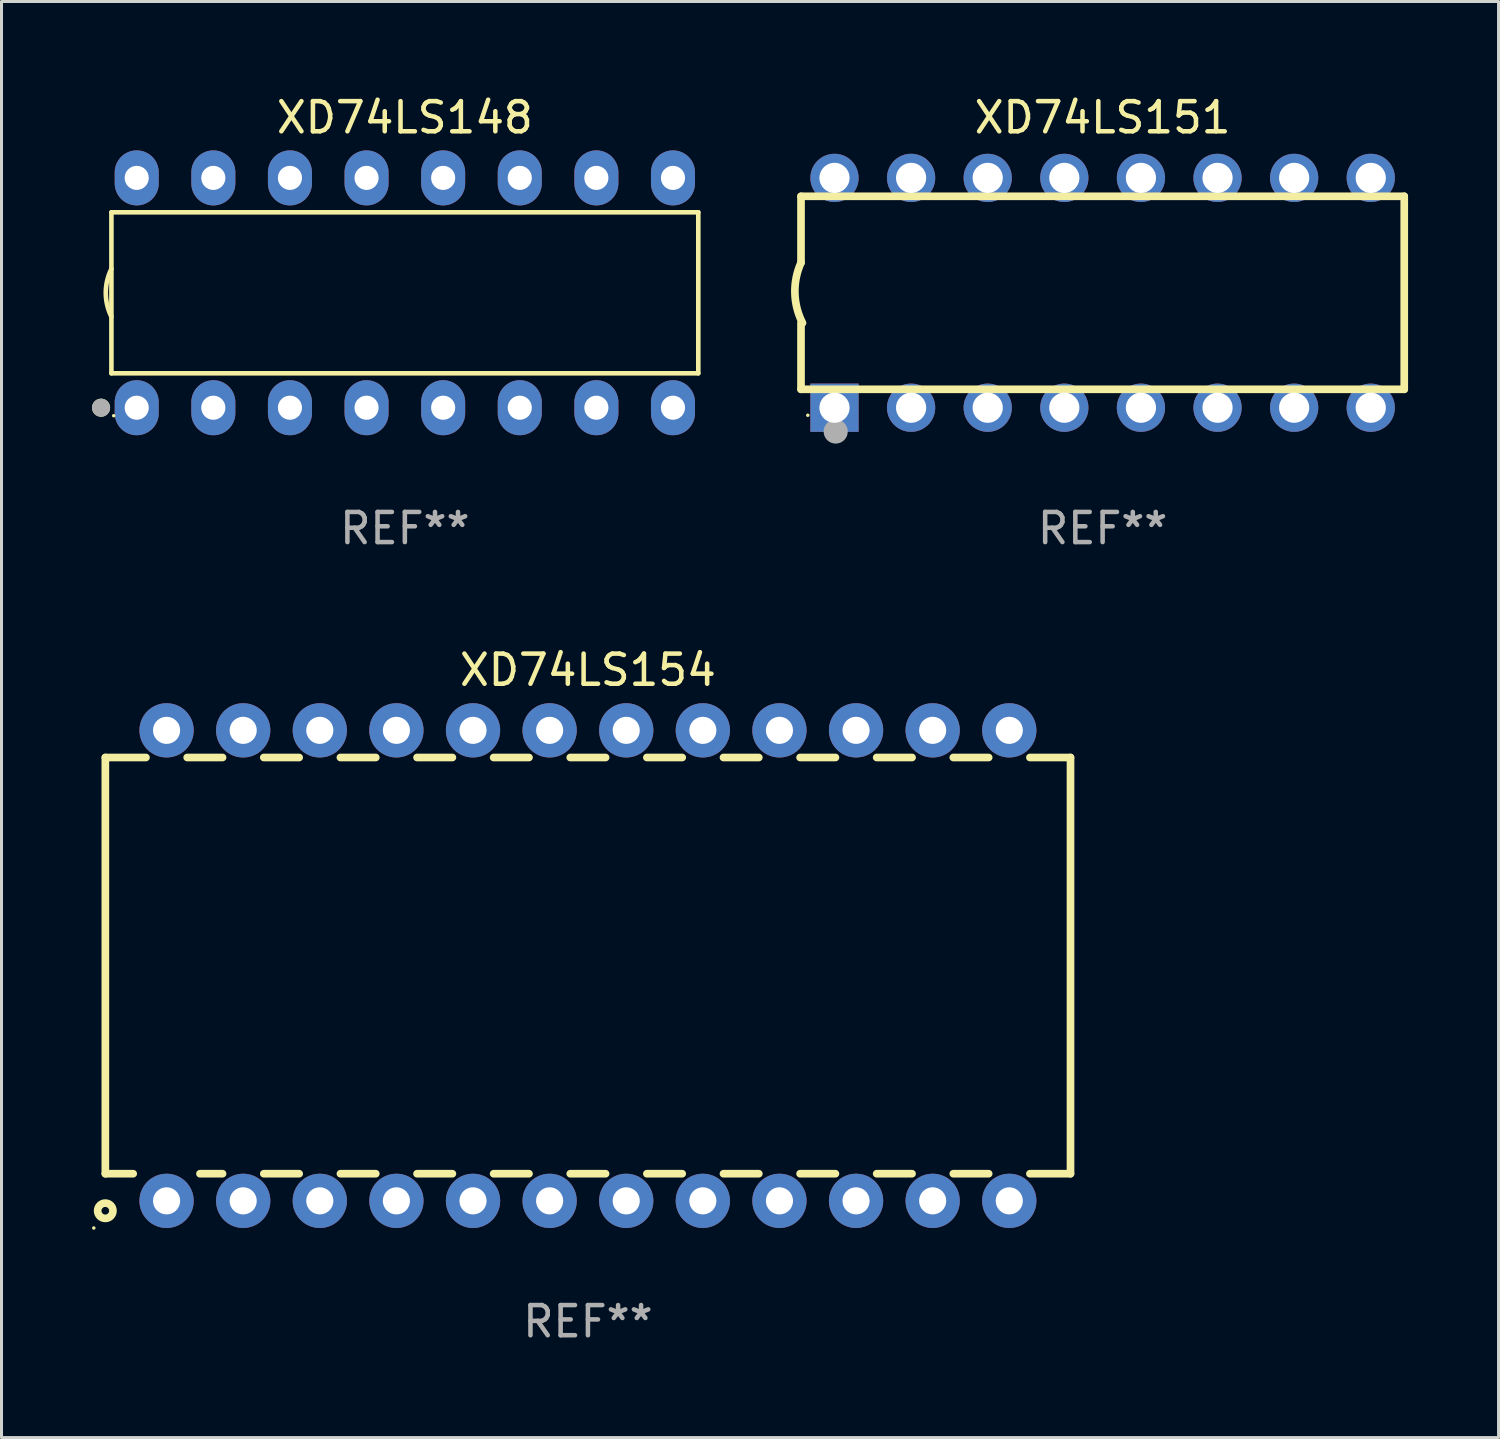
<source format=kicad_pcb>
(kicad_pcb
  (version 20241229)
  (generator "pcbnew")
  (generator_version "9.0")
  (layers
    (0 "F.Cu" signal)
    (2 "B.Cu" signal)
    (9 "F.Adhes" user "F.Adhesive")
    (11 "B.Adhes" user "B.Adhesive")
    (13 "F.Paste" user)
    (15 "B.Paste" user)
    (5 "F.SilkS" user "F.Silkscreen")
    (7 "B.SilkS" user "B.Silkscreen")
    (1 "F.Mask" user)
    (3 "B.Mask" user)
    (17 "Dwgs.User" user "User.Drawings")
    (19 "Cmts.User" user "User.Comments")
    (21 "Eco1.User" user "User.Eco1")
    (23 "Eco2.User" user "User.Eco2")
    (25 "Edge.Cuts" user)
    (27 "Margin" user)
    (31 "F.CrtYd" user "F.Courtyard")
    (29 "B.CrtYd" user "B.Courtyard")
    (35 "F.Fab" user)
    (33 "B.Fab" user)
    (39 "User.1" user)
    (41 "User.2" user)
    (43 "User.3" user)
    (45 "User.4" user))
  (footprint "XD74LS154"
    (layer "F.Cu")
    (at 16.443 28.965)
    (property "Reference" "XD74LS154" (at 0 -9.8 0) (layer "F.SilkS") (effects (font (size 1 1) (thickness 0.15))))
    (attr through_hole)
    (fp_line (start -16 -6.9) (end -14.654 -6.9) (stroke (width 0.254) (type solid)) (layer "F.SilkS"))
    (fp_line (start -16 6.9) (end -16 -6.9) (stroke (width 0.254) (type solid)) (layer "F.SilkS"))
    (fp_line (start -15.077 6.9) (end -16 6.9) (stroke (width 0.254) (type solid)) (layer "F.SilkS"))
    (fp_line (start -13.287 -6.9) (end -12.114 -6.9) (stroke (width 0.254) (type solid)) (layer "F.SilkS"))
    (fp_line (start -12.114 6.9) (end -12.863 6.9) (stroke (width 0.254) (type solid)) (layer "F.SilkS"))
    (fp_line (start -10.747 -6.9) (end -9.574 -6.9) (stroke (width 0.254) (type solid)) (layer "F.SilkS"))
    (fp_line (start -9.574 6.9) (end -10.746 6.9) (stroke (width 0.254) (type solid)) (layer "F.SilkS"))
    (fp_line (start -8.207 -6.9) (end -7.034 -6.9) (stroke (width 0.254) (type solid)) (layer "F.SilkS"))
    (fp_line (start -7.034 6.9) (end -8.206 6.9) (stroke (width 0.254) (type solid)) (layer "F.SilkS"))
    (fp_line (start -5.666 -6.9) (end -4.494 -6.9) (stroke (width 0.254) (type solid)) (layer "F.SilkS"))
    (fp_line (start -4.494 6.9) (end -5.666 6.9) (stroke (width 0.254) (type solid)) (layer "F.SilkS"))
    (fp_line (start -3.126 -6.9) (end -1.954 -6.9) (stroke (width 0.254) (type solid)) (layer "F.SilkS"))
    (fp_line (start -1.954 6.9) (end -3.126 6.9) (stroke (width 0.254) (type solid)) (layer "F.SilkS"))
    (fp_line (start -0.586 -6.9) (end 0.586 -6.9) (stroke (width 0.254) (type solid)) (layer "F.SilkS"))
    (fp_line (start 0.586 6.9) (end -0.586 6.9) (stroke (width 0.254) (type solid)) (layer "F.SilkS"))
    (fp_line (start 1.954 -6.9) (end 3.126 -6.9) (stroke (width 0.254) (type solid)) (layer "F.SilkS"))
    (fp_line (start 3.126 6.9) (end 1.954 6.9) (stroke (width 0.254) (type solid)) (layer "F.SilkS"))
    (fp_line (start 4.494 -6.9) (end 5.666 -6.9) (stroke (width 0.254) (type solid)) (layer "F.SilkS"))
    (fp_line (start 5.666 6.9) (end 4.494 6.9) (stroke (width 0.254) (type solid)) (layer "F.SilkS"))
    (fp_line (start 7.034 -6.9) (end 8.207 -6.9) (stroke (width 0.254) (type solid)) (layer "F.SilkS"))
    (fp_line (start 8.206 6.9) (end 7.034 6.9) (stroke (width 0.254) (type solid)) (layer "F.SilkS"))
    (fp_line (start 9.574 -6.9) (end 10.747 -6.9) (stroke (width 0.254) (type solid)) (layer "F.SilkS"))
    (fp_line (start 10.746 6.9) (end 9.574 6.9) (stroke (width 0.254) (type solid)) (layer "F.SilkS"))
    (fp_line (start 12.114 -6.9) (end 13.287 -6.9) (stroke (width 0.254) (type solid)) (layer "F.SilkS"))
    (fp_line (start 13.287 6.9) (end 12.114 6.9) (stroke (width 0.254) (type solid)) (layer "F.SilkS"))
    (fp_line (start 14.654 -6.9) (end 16 -6.9) (stroke (width 0.254) (type solid)) (layer "F.SilkS"))
    (fp_line (start 16 -6.9) (end 16 6.9) (stroke (width 0.254) (type solid)) (layer "F.SilkS"))
    (fp_line (start 16 6.9) (end 14.654 6.9) (stroke (width 0.254) (type solid)) (layer "F.SilkS"))
    (fp_circle (center -16.383 8.7) (end -16.353 8.7) (stroke (width 0.06) (type solid)) (fill no) (layer "F.SilkS"))
    (fp_circle (center -16.002 8.128) (end -15.748 8.128) (stroke (width 0.254) (type solid)) (fill no) (layer "F.SilkS"))
    (fp_text user "REF**" (at 0 11.8 0) (layer "F.Fab") (effects (font (size 1 1) (thickness 0.15))))
    (pad "1" thru_hole circle (at -13.97 7.8) (size 1.8 1.8) (drill 0.9) (layers "*.Cu" "*.Mask"))
    (pad "2" thru_hole circle (at -11.43 7.8) (size 1.8 1.8) (drill 0.9) (layers "*.Cu" "*.Mask"))
    (pad "3" thru_hole circle (at -8.89 7.8) (size 1.8 1.8) (drill 0.9) (layers "*.Cu" "*.Mask"))
    (pad "4" thru_hole circle (at -6.35 7.8) (size 1.8 1.8) (drill 0.9) (layers "*.Cu" "*.Mask"))
    (pad "5" thru_hole circle (at -3.81 7.8) (size 1.8 1.8) (drill 0.9) (layers "*.Cu" "*.Mask"))
    (pad "6" thru_hole circle (at -1.27 7.8) (size 1.8 1.8) (drill 0.9) (layers "*.Cu" "*.Mask"))
    (pad "7" thru_hole circle (at 1.27 7.8) (size 1.8 1.8) (drill 0.9) (layers "*.Cu" "*.Mask"))
    (pad "8" thru_hole circle (at 3.81 7.8) (size 1.8 1.8) (drill 0.9) (layers "*.Cu" "*.Mask"))
    (pad "9" thru_hole circle (at 6.35 7.8) (size 1.8 1.8) (drill 0.9) (layers "*.Cu" "*.Mask"))
    (pad "10" thru_hole circle (at 8.89 7.8) (size 1.8 1.8) (drill 0.9) (layers "*.Cu" "*.Mask"))
    (pad "11" thru_hole circle (at 11.43 7.8) (size 1.8 1.8) (drill 0.9) (layers "*.Cu" "*.Mask"))
    (pad "12" thru_hole circle (at 13.97 7.8) (size 1.8 1.8) (drill 0.9) (layers "*.Cu" "*.Mask"))
    (pad "13" thru_hole circle (at 13.97 -7.8) (size 1.8 1.8) (drill 0.9) (layers "*.Cu" "*.Mask"))
    (pad "14" thru_hole circle (at 11.43 -7.8) (size 1.8 1.8) (drill 0.9) (layers "*.Cu" "*.Mask"))
    (pad "15" thru_hole circle (at 8.89 -7.8) (size 1.8 1.8) (drill 0.9) (layers "*.Cu" "*.Mask"))
    (pad "16" thru_hole circle (at 6.35 -7.8) (size 1.8 1.8) (drill 0.9) (layers "*.Cu" "*.Mask"))
    (pad "17" thru_hole circle (at 3.81 -7.8) (size 1.8 1.8) (drill 0.9) (layers "*.Cu" "*.Mask"))
    (pad "18" thru_hole circle (at 1.27 -7.8) (size 1.8 1.8) (drill 0.9) (layers "*.Cu" "*.Mask"))
    (pad "19" thru_hole circle (at -1.27 -7.8) (size 1.8 1.8) (drill 0.9) (layers "*.Cu" "*.Mask"))
    (pad "20" thru_hole circle (at -3.81 -7.8) (size 1.8 1.8) (drill 0.9) (layers "*.Cu" "*.Mask"))
    (pad "21" thru_hole circle (at -6.35 -7.8) (size 1.8 1.8) (drill 0.9) (layers "*.Cu" "*.Mask"))
    (pad "22" thru_hole circle (at -8.89 -7.8) (size 1.8 1.8) (drill 0.9) (layers "*.Cu" "*.Mask"))
    (pad "23" thru_hole circle (at -11.43 -7.8) (size 1.8 1.8) (drill 0.9) (layers "*.Cu" "*.Mask"))
    (pad "24" thru_hole circle (at -13.97 -7.8) (size 1.8 1.8) (drill 0.9) (layers "*.Cu" "*.Mask")))
  (footprint "XD74LS148"
    (layer "F.Cu")
    (at 10.373 6.658)
    (property "Reference" "XD74LS148" (at 0 -5.81 0) (layer "F.SilkS") (effects (font (size 1 1) (thickness 0.15))))
    (attr through_hole)
    (fp_line (start -9.729 -2.669) (end 9.729 -2.669) (stroke (width 0.152) (type solid)) (layer "F.SilkS"))
    (fp_line (start -9.729 2.669) (end -9.729 -2.669) (stroke (width 0.152) (type solid)) (layer "F.SilkS"))
    (fp_line (start 9.729 -2.669) (end 9.729 2.669) (stroke (width 0.152) (type solid)) (layer "F.SilkS"))
    (fp_line (start 9.729 2.669) (end -9.729 2.669) (stroke (width 0.152) (type solid)) (layer "F.SilkS"))
    (fp_arc (start -9.728727 0.793751) (mid -9.916106 0) (end -9.728727 -0.793752) (stroke (width 0.1524) (type solid)) (layer "F.SilkS"))
    (fp_circle (center -10.072 3.81) (end -9.922 3.81) (stroke (width 0.3) (type solid)) (fill no) (layer "F.SilkS"))
    (fp_circle (center -9.653 4.075) (end -9.623 4.075) (stroke (width 0.06) (type solid)) (fill no) (layer "F.SilkS"))
    (fp_circle (center -10.072 3.81) (end -9.922 3.81) (stroke (width 0.3) (type solid)) (fill no) (layer "F.Fab"))
    (fp_text user "REF**" (at 0 7.81 0) (layer "F.Fab") (effects (font (size 1 1) (thickness 0.15))))
    (pad "1" thru_hole oval (at -8.89 3.81) (size 1.46 1.825) (drill 0.8) (layers "*.Cu" "*.Mask"))
    (pad "2" thru_hole oval (at -6.35 3.81) (size 1.46 1.825) (drill 0.8) (layers "*.Cu" "*.Mask"))
    (pad "3" thru_hole oval (at -3.81 3.81) (size 1.46 1.825) (drill 0.8) (layers "*.Cu" "*.Mask"))
    (pad "4" thru_hole oval (at -1.27 3.81) (size 1.46 1.825) (drill 0.8) (layers "*.Cu" "*.Mask"))
    (pad "5" thru_hole oval (at 1.27 3.81) (size 1.46 1.825) (drill 0.8) (layers "*.Cu" "*.Mask"))
    (pad "6" thru_hole oval (at 3.81 3.81) (size 1.46 1.825) (drill 0.8) (layers "*.Cu" "*.Mask"))
    (pad "7" thru_hole oval (at 6.35 3.81) (size 1.46 1.825) (drill 0.8) (layers "*.Cu" "*.Mask"))
    (pad "8" thru_hole oval (at 8.89 3.81) (size 1.46 1.825) (drill 0.8) (layers "*.Cu" "*.Mask"))
    (pad "9" thru_hole oval (at 8.89 -3.81) (size 1.46 1.825) (drill 0.8) (layers "*.Cu" "*.Mask"))
    (pad "10" thru_hole oval (at 6.35 -3.81) (size 1.46 1.825) (drill 0.8) (layers "*.Cu" "*.Mask"))
    (pad "11" thru_hole oval (at 3.81 -3.81) (size 1.46 1.825) (drill 0.8) (layers "*.Cu" "*.Mask"))
    (pad "12" thru_hole oval (at 1.27 -3.81) (size 1.46 1.825) (drill 0.8) (layers "*.Cu" "*.Mask"))
    (pad "13" thru_hole oval (at -1.27 -3.81) (size 1.46 1.825) (drill 0.8) (layers "*.Cu" "*.Mask"))
    (pad "14" thru_hole oval (at -3.81 -3.81) (size 1.46 1.825) (drill 0.8) (layers "*.Cu" "*.Mask"))
    (pad "15" thru_hole oval (at -6.35 -3.81) (size 1.46 1.825) (drill 0.8) (layers "*.Cu" "*.Mask"))
    (pad "16" thru_hole oval (at -8.89 -3.81) (size 1.46 1.825) (drill 0.8) (layers "*.Cu" "*.Mask")))
  (footprint "XD74LS151"
    (layer "F.Cu")
    (at 33.508 6.658)
    (property "Reference" "XD74LS151" (at 0 -5.81 0) (layer "F.SilkS") (effects (font (size 1 1) (thickness 0.15))))
    (attr through_hole)
    (fp_line (start -10 -0.998) (end -10 -3.198) (stroke (width 0.254) (type solid)) (layer "F.SilkS"))
    (fp_line (start -10 3.2) (end -10 1) (stroke (width 0.254) (type solid)) (layer "F.SilkS"))
    (fp_line (start 10 -3.2) (end -10 -3.2) (stroke (width 0.254) (type solid)) (layer "F.SilkS"))
    (fp_line (start 10 3.2) (end -10 3.2) (stroke (width 0.254) (type solid)) (layer "F.SilkS"))
    (fp_line (start 10 3.2) (end 10 -3.2) (stroke (width 0.254) (type solid)) (layer "F.SilkS"))
    (fp_arc (start -9.949975 0.999974) (mid -10.203153 0.005693) (end -9.999987 -1) (stroke (width 0.254001) (type solid)) (layer "F.SilkS"))
    (fp_circle (center -9.775 4.06) (end -9.745 4.06) (stroke (width 0.06) (type solid)) (fill no) (layer "F.SilkS"))
    (fp_circle (center -8.85 4.6) (end -8.65 4.6) (stroke (width 0.4) (type solid)) (fill no) (layer "F.Fab"))
    (fp_text user "REF**" (at 0 7.81 0) (layer "F.Fab") (effects (font (size 1 1) (thickness 0.15))))
    (pad "1" thru_hole rect (at -8.89 3.81 90) (size 1.6 1.6) (drill 1) (layers "*.Cu" "*.Mask"))
    (pad "2" thru_hole circle (at -6.35 3.81) (size 1.6 1.6) (drill 1) (layers "*.Cu" "*.Mask"))
    (pad "3" thru_hole circle (at -3.81 3.81) (size 1.6 1.6) (drill 1) (layers "*.Cu" "*.Mask"))
    (pad "4" thru_hole circle (at -1.27 3.81) (size 1.6 1.6) (drill 1) (layers "*.Cu" "*.Mask"))
    (pad "5" thru_hole circle (at 1.27 3.81) (size 1.6 1.6) (drill 1) (layers "*.Cu" "*.Mask"))
    (pad "6" thru_hole circle (at 3.81 3.81) (size 1.6 1.6) (drill 1) (layers "*.Cu" "*.Mask"))
    (pad "7" thru_hole circle (at 6.35 3.81) (size 1.6 1.6) (drill 1) (layers "*.Cu" "*.Mask"))
    (pad "8" thru_hole circle (at 8.89 3.81) (size 1.6 1.6) (drill 1) (layers "*.Cu" "*.Mask"))
    (pad "9" thru_hole circle (at 8.89 -3.81) (size 1.6 1.6) (drill 1) (layers "*.Cu" "*.Mask"))
    (pad "10" thru_hole circle (at 6.35 -3.81) (size 1.6 1.6) (drill 1) (layers "*.Cu" "*.Mask"))
    (pad "11" thru_hole circle (at 3.81 -3.81) (size 1.6 1.6) (drill 1) (layers "*.Cu" "*.Mask"))
    (pad "12" thru_hole circle (at 1.27 -3.81) (size 1.6 1.6) (drill 1) (layers "*.Cu" "*.Mask"))
    (pad "13" thru_hole circle (at -1.27 -3.81) (size 1.6 1.6) (drill 1) (layers "*.Cu" "*.Mask"))
    (pad "14" thru_hole circle (at -3.81 -3.81) (size 1.6 1.6) (drill 1) (layers "*.Cu" "*.Mask"))
    (pad "15" thru_hole circle (at -6.35 -3.81) (size 1.6 1.6) (drill 1) (layers "*.Cu" "*.Mask"))
    (pad "16" thru_hole circle (at -8.89 -3.81) (size 1.6 1.6) (drill 1) (layers "*.Cu" "*.Mask")))
  (gr_rect
    (start -3 -3)
    (end 46.635 44.613)
    (stroke (width 0.1) (type default))
    (fill no)
    (layer "Edge.Cuts")))
</source>
